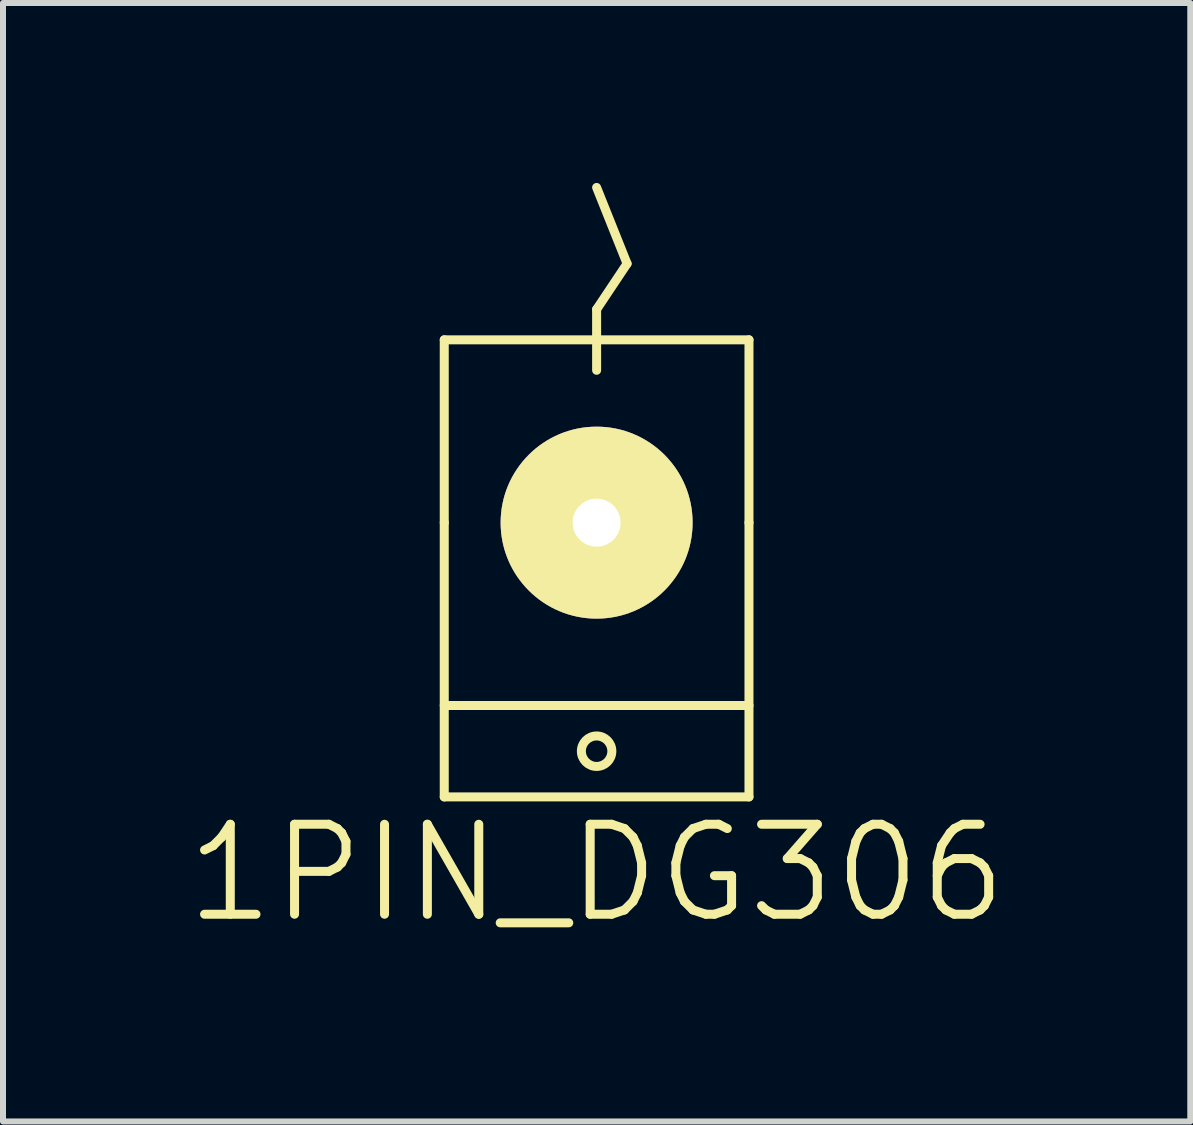
<source format=kicad_pcb>
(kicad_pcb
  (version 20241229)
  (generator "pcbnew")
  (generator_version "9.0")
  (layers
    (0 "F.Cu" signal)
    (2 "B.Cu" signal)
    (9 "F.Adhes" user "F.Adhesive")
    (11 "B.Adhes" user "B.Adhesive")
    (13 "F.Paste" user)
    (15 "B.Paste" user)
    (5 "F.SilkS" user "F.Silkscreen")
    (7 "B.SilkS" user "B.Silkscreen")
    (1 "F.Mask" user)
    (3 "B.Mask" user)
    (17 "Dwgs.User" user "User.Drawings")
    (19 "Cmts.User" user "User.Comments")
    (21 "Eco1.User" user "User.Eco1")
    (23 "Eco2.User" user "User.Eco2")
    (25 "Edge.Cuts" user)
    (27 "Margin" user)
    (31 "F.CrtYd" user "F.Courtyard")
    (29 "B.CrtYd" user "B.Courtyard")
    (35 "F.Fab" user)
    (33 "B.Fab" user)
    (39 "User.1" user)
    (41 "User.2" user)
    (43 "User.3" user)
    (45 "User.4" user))
  (footprint "1PIN_DG306"
    (layer "F.Cu")
    (at 6.896 5.663)
    (property "Reference" "1PIN_DG306" (at 0 5.842 0) (layer "F.SilkS") (effects (font (size 1.5 1.5) (thickness 0.15))))
    (attr through_hole)
    (fp_line (start -2.54 -3.048) (end 2.54 -3.048) (stroke (width 0.15) (type solid)) (layer "F.SilkS"))
    (fp_line (start -2.54 0) (end -2.54 -3.048) (stroke (width 0.15) (type solid)) (layer "F.SilkS"))
    (fp_line (start -2.54 3.048) (end 2.54 3.048) (stroke (width 0.15) (type solid)) (layer "F.SilkS"))
    (fp_line (start -2.54 4.572) (end -2.54 0) (stroke (width 0.15) (type solid)) (layer "F.SilkS"))
    (fp_line (start 0 -3.556) (end 0.508 -4.318) (stroke (width 0.15) (type solid)) (layer "F.SilkS"))
    (fp_line (start 0 -2.54) (end 0 -3.556) (stroke (width 0.15) (type solid)) (layer "F.SilkS"))
    (fp_line (start 0.508 -4.318) (end 0 -5.588) (stroke (width 0.15) (type solid)) (layer "F.SilkS"))
    (fp_line (start 2.54 -3.048) (end 2.54 0) (stroke (width 0.15) (type solid)) (layer "F.SilkS"))
    (fp_line (start 2.54 0) (end 2.54 4.572) (stroke (width 0.15) (type solid)) (layer "F.SilkS"))
    (fp_line (start 2.54 4.572) (end -2.54 4.572) (stroke (width 0.15) (type solid)) (layer "F.SilkS"))
    (fp_circle (center 0 3.81) (end 0 4.064) (stroke (width 0.15) (type solid)) (fill no) (layer "F.SilkS"))
    (pad "1" thru_hole circle (at 0 0) (size 3.2 3.2) (drill 0.8) (layers "*.Cu" "*.Mask" "F.SilkS")))
  (gr_rect
    (start -3 -3)
    (end 16.793 15.646)
    (stroke (width 0.1) (type default))
    (fill no)
    (layer "Edge.Cuts")))
</source>
